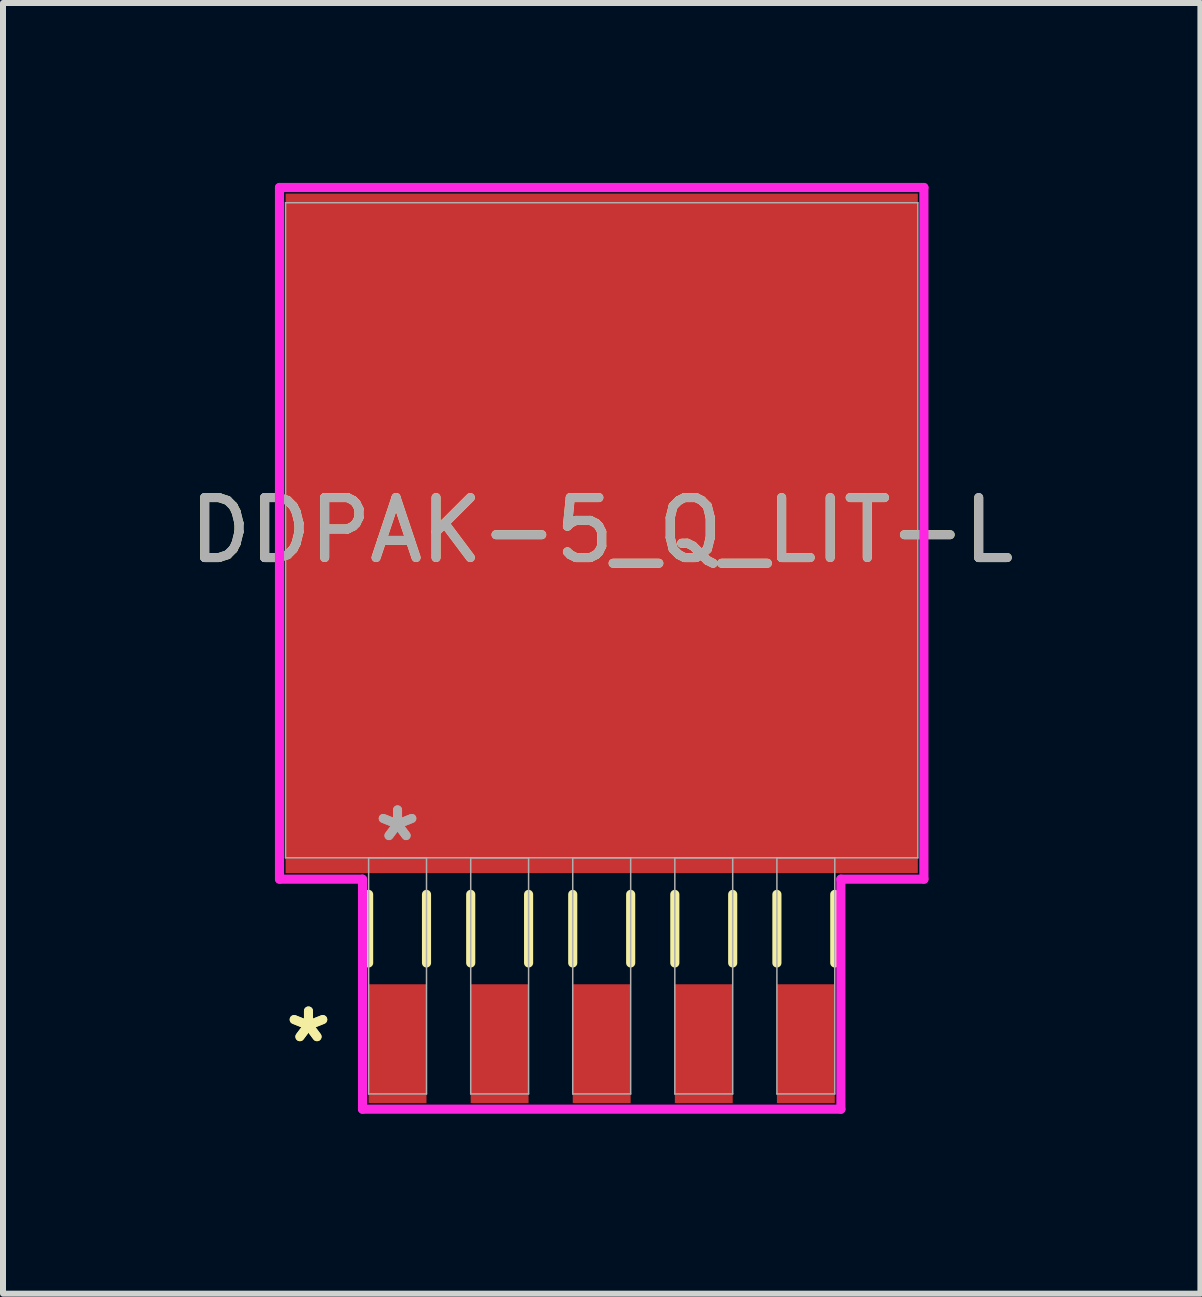
<source format=kicad_pcb>
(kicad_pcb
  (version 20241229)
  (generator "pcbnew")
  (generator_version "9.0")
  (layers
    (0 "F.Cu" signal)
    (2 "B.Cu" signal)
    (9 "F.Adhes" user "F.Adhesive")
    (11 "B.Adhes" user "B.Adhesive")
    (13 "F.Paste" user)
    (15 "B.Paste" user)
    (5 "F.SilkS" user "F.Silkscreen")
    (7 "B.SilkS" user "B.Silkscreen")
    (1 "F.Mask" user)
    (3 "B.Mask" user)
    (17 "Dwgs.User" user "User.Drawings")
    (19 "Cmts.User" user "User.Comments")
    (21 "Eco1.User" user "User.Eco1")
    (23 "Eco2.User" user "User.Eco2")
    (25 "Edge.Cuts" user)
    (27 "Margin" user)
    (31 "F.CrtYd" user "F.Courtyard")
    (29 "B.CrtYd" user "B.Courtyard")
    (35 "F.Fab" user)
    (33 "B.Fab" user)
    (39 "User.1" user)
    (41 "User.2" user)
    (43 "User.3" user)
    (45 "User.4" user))
  (footprint "DDPAK-5_Q_LIT-L"
    (layer "F.Cu")
    (at 6.982 5.791)
    (property "Reference" "DDPAK-5_Q_LIT-L" (at 0 0 0) (unlocked yes) (layer "F.SilkS") (effects (font (size 1 1) (thickness 0.15))))
    (attr smd)
    (fp_line (start -3.886 6.071) (end -3.886 7.214) (stroke (width 0.152) (type solid)) (layer "F.SilkS"))
    (fp_line (start -2.921 6.071) (end -2.921 7.214) (stroke (width 0.152) (type solid)) (layer "F.SilkS"))
    (fp_line (start -2.184 6.071) (end -2.184 7.214) (stroke (width 0.152) (type solid)) (layer "F.SilkS"))
    (fp_line (start -1.219 6.071) (end -1.219 7.214) (stroke (width 0.152) (type solid)) (layer "F.SilkS"))
    (fp_line (start -0.483 6.071) (end -0.483 7.214) (stroke (width 0.152) (type solid)) (layer "F.SilkS"))
    (fp_line (start 0.483 6.071) (end 0.483 7.214) (stroke (width 0.152) (type solid)) (layer "F.SilkS"))
    (fp_line (start 1.219 6.071) (end 1.219 7.214) (stroke (width 0.152) (type solid)) (layer "F.SilkS"))
    (fp_line (start 2.184 6.071) (end 2.184 7.214) (stroke (width 0.152) (type solid)) (layer "F.SilkS"))
    (fp_line (start 2.921 6.071) (end 2.921 7.214) (stroke (width 0.152) (type solid)) (layer "F.SilkS"))
    (fp_line (start 3.886 6.071) (end 3.886 7.214) (stroke (width 0.152) (type solid)) (layer "F.SilkS"))
    (fp_line (start -5.372 -5.715) (end 5.372 -5.715) (stroke (width 0.152) (type solid)) (layer "F.CrtYd"))
    (fp_line (start -5.372 5.817) (end -5.372 -5.715) (stroke (width 0.152) (type solid)) (layer "F.CrtYd"))
    (fp_line (start -3.988 5.817) (end -5.372 5.817) (stroke (width 0.152) (type solid)) (layer "F.CrtYd"))
    (fp_line (start -3.988 9.652) (end -3.988 5.817) (stroke (width 0.152) (type solid)) (layer "F.CrtYd"))
    (fp_line (start 3.988 5.817) (end 3.988 9.652) (stroke (width 0.152) (type solid)) (layer "F.CrtYd"))
    (fp_line (start 3.988 9.652) (end -3.988 9.652) (stroke (width 0.152) (type solid)) (layer "F.CrtYd"))
    (fp_line (start 5.372 -5.715) (end 5.372 5.817) (stroke (width 0.152) (type solid)) (layer "F.CrtYd"))
    (fp_line (start 5.372 5.817) (end 3.988 5.817) (stroke (width 0.152) (type solid)) (layer "F.CrtYd"))
    (fp_line (start -5.271 -5.461) (end -5.271 5.461) (stroke (width 0.025) (type solid)) (layer "F.Fab"))
    (fp_line (start -5.271 5.461) (end 5.271 5.461) (stroke (width 0.025) (type solid)) (layer "F.Fab"))
    (fp_line (start -3.886 5.461) (end -3.886 9.398) (stroke (width 0.025) (type solid)) (layer "F.Fab"))
    (fp_line (start -3.886 9.398) (end -2.921 9.398) (stroke (width 0.025) (type solid)) (layer "F.Fab"))
    (fp_line (start -2.921 5.461) (end -3.886 5.461) (stroke (width 0.025) (type solid)) (layer "F.Fab"))
    (fp_line (start -2.921 9.398) (end -2.921 5.461) (stroke (width 0.025) (type solid)) (layer "F.Fab"))
    (fp_line (start -2.184 5.461) (end -2.184 9.398) (stroke (width 0.025) (type solid)) (layer "F.Fab"))
    (fp_line (start -2.184 9.398) (end -1.219 9.398) (stroke (width 0.025) (type solid)) (layer "F.Fab"))
    (fp_line (start -1.219 5.461) (end -2.184 5.461) (stroke (width 0.025) (type solid)) (layer "F.Fab"))
    (fp_line (start -1.219 9.398) (end -1.219 5.461) (stroke (width 0.025) (type solid)) (layer "F.Fab"))
    (fp_line (start -0.483 5.461) (end -0.483 9.398) (stroke (width 0.025) (type solid)) (layer "F.Fab"))
    (fp_line (start -0.483 9.398) (end 0.483 9.398) (stroke (width 0.025) (type solid)) (layer "F.Fab"))
    (fp_line (start 0.483 5.461) (end -0.483 5.461) (stroke (width 0.025) (type solid)) (layer "F.Fab"))
    (fp_line (start 0.483 9.398) (end 0.483 5.461) (stroke (width 0.025) (type solid)) (layer "F.Fab"))
    (fp_line (start 1.219 5.461) (end 1.219 9.398) (stroke (width 0.025) (type solid)) (layer "F.Fab"))
    (fp_line (start 1.219 9.398) (end 2.184 9.398) (stroke (width 0.025) (type solid)) (layer "F.Fab"))
    (fp_line (start 2.184 5.461) (end 1.219 5.461) (stroke (width 0.025) (type solid)) (layer "F.Fab"))
    (fp_line (start 2.184 9.398) (end 2.184 5.461) (stroke (width 0.025) (type solid)) (layer "F.Fab"))
    (fp_line (start 2.921 5.461) (end 2.921 9.398) (stroke (width 0.025) (type solid)) (layer "F.Fab"))
    (fp_line (start 2.921 9.398) (end 3.886 9.398) (stroke (width 0.025) (type solid)) (layer "F.Fab"))
    (fp_line (start 3.886 5.461) (end 2.921 5.461) (stroke (width 0.025) (type solid)) (layer "F.Fab"))
    (fp_line (start 3.886 9.398) (end 3.886 5.461) (stroke (width 0.025) (type solid)) (layer "F.Fab"))
    (fp_line (start 5.271 -5.461) (end -5.271 -5.461) (stroke (width 0.025) (type solid)) (layer "F.Fab"))
    (fp_line (start 5.271 5.461) (end 5.271 -5.461) (stroke (width 0.025) (type solid)) (layer "F.Fab"))
    (fp_text user "*" (at -4.889 8.56 0) (unlocked yes) (layer "F.SilkS") (effects (font (size 1 1) (thickness 0.15))))
    (fp_text user "*" (at -4.889 8.56 0) (layer "F.SilkS") (effects (font (size 1 1) (thickness 0.15))))
    (fp_text user "*" (at -3.404 5.207 0) (unlocked yes) (layer "F.Fab") (effects (font (size 1 1) (thickness 0.15))))
    (fp_text user "*" (at -3.404 5.207 0) (layer "F.Fab") (effects (font (size 1 1) (thickness 0.15))))
    (fp_text user "${REFERENCE}" (at 0 0 0) (unlocked yes) (layer "F.Fab") (effects (font (size 1 1) (thickness 0.15))))
    (pad "1" smd rect (at -3.404 8.56) (size 0.965 1.981) (layers "F.Cu" "F.Mask" "F.Paste"))
    (pad "2" smd rect (at -1.702 8.56) (size 0.965 1.981) (layers "F.Cu" "F.Mask" "F.Paste"))
    (pad "3" smd rect (at 0 8.56) (size 0.965 1.981) (layers "F.Cu" "F.Mask" "F.Paste"))
    (pad "4" smd rect (at 1.702 8.56) (size 0.965 1.981) (layers "F.Cu" "F.Mask" "F.Paste"))
    (pad "5" smd rect (at 3.404 8.56) (size 0.965 1.981) (layers "F.Cu" "F.Mask" "F.Paste"))
    (pad "6" smd rect (at 0 0.051) (size 10.541 11.328) (layers "F.Cu" "F.Mask" "F.Paste")))
  (gr_rect
    (start -3 -3)
    (end 16.964 18.519)
    (stroke (width 0.1) (type default))
    (fill no)
    (layer "Edge.Cuts")))
</source>
